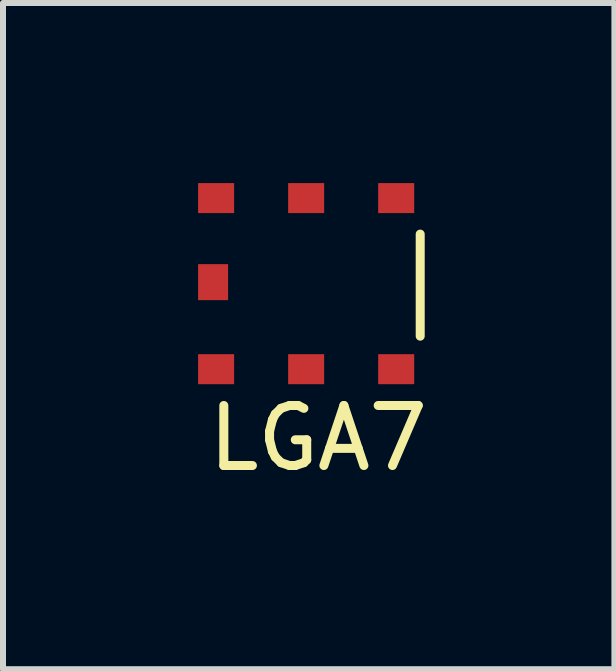
<source format=kicad_pcb>
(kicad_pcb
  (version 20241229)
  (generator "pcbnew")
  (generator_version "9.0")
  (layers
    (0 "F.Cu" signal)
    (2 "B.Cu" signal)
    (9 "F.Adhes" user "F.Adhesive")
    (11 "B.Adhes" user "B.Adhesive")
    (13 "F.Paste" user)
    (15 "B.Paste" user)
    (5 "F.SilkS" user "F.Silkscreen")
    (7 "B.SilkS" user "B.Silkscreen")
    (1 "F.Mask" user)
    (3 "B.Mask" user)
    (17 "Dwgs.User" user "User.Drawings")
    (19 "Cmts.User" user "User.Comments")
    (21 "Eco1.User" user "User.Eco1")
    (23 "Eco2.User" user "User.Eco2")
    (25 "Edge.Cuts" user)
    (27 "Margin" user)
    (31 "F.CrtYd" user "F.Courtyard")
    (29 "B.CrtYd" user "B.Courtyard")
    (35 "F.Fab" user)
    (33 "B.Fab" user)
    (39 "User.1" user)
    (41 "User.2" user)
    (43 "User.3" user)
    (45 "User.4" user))
  (footprint "LGA7"
    (layer "F.Cu")
    (at 0.25 3.35)
    (property "Reference" "LGA7" (at 2 0.9 0) (layer "F.SilkS") (effects (font (size 1 1) (thickness 0.15))))
    (attr through_hole)
    (fp_line (start 3.7 -2.5) (end 3.7 -0.8) (stroke (width 0.15) (type solid)) (layer "F.SilkS"))
    (pad "1" smd rect (at 0.3 -0.25) (size 0.6 0.5) (layers "F.Cu" "F.Mask" "F.Paste"))
    (pad "2" smd rect (at 1.8 -0.25) (size 0.6 0.5) (layers "F.Cu" "F.Mask" "F.Paste"))
    (pad "3" smd rect (at 3.3 -0.25) (size 0.6 0.5) (layers "F.Cu" "F.Mask" "F.Paste"))
    (pad "4" smd rect (at 3.3 -3.1) (size 0.6 0.5) (layers "F.Cu" "F.Mask" "F.Paste"))
    (pad "5" smd rect (at 1.8 -3.1) (size 0.6 0.5) (layers "F.Cu" "F.Mask" "F.Paste"))
    (pad "6" smd rect (at 0.3 -3.1) (size 0.6 0.5) (layers "F.Cu" "F.Mask" "F.Paste"))
    (pad "7" smd rect (at 0.25 -1.7) (size 0.5 0.6) (layers "F.Cu" "F.Mask" "F.Paste")))
  (gr_rect
    (start -3 -3)
    (end 7.185 8.098)
    (stroke (width 0.1) (type default))
    (fill no)
    (layer "Edge.Cuts")))
</source>
